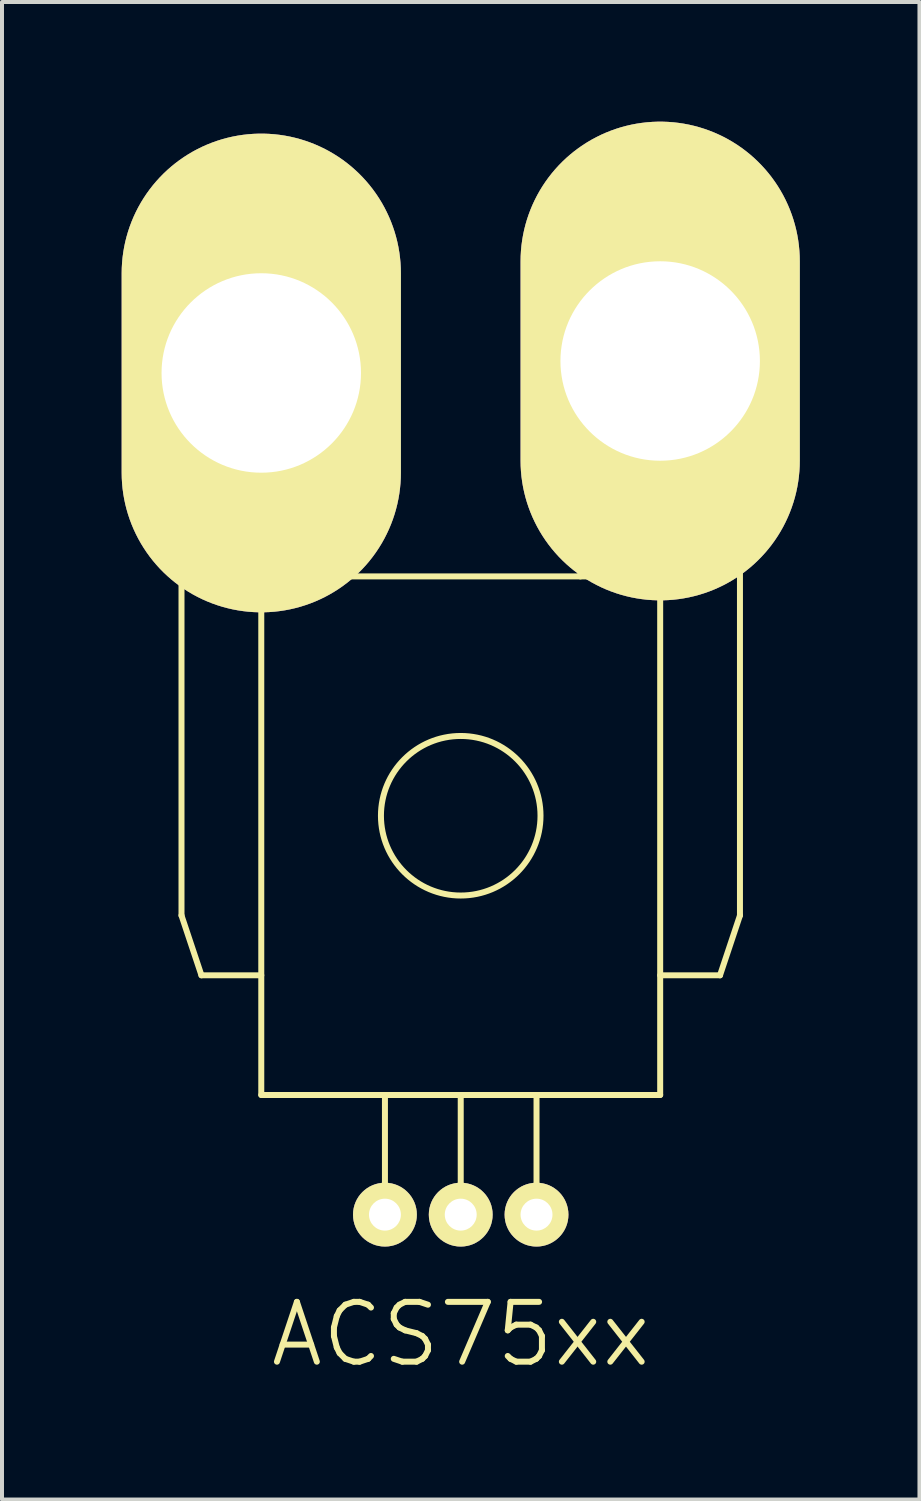
<source format=kicad_pcb>
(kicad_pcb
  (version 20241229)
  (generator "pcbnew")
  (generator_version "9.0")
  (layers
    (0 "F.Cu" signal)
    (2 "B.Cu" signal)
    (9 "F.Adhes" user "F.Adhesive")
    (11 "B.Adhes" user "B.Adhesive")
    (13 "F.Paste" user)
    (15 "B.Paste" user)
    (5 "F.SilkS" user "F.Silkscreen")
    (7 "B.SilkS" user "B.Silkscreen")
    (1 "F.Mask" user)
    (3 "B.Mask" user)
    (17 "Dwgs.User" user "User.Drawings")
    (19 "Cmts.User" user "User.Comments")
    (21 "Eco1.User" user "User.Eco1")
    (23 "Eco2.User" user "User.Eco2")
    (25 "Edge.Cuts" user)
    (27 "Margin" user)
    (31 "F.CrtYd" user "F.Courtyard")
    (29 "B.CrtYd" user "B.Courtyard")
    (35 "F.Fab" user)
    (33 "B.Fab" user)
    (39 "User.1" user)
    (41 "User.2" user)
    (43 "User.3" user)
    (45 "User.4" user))
  (footprint "ACS75xx"
    (layer "F.Cu")
    (at 8.5 17.4)
    (property "Reference" "ACS75xx" (at 0 13 0) (layer "F.SilkS") (effects (font (size 1.5 1.5) (thickness 0.15))))
    (attr through_hole)
    (fp_line (start -7 -11) (end -7 2.5) (stroke (width 0.15) (type solid)) (layer "F.SilkS"))
    (fp_line (start -7 2.5) (end -6.5 4) (stroke (width 0.15) (type solid)) (layer "F.SilkS"))
    (fp_line (start -6.5 4) (end -5 4) (stroke (width 0.15) (type solid)) (layer "F.SilkS"))
    (fp_line (start -5 -6) (end 5 -6) (stroke (width 0.15) (type solid)) (layer "F.SilkS"))
    (fp_line (start -5 7) (end -5 -6) (stroke (width 0.15) (type solid)) (layer "F.SilkS"))
    (fp_line (start -3 -11) (end -7 -11) (stroke (width 0.15) (type solid)) (layer "F.SilkS"))
    (fp_line (start -3 -6) (end -3 -11) (stroke (width 0.15) (type solid)) (layer "F.SilkS"))
    (fp_line (start -1.9 7) (end -1.9 9.2) (stroke (width 0.15) (type solid)) (layer "F.SilkS"))
    (fp_line (start 0 7) (end 0 9.2) (stroke (width 0.15) (type solid)) (layer "F.SilkS"))
    (fp_line (start 1.9 7) (end 1.9 9.2) (stroke (width 0.15) (type solid)) (layer "F.SilkS"))
    (fp_line (start 3 -11.5) (end 3 -6) (stroke (width 0.15) (type solid)) (layer "F.SilkS"))
    (fp_line (start 3 -11.5) (end 7 -11.5) (stroke (width 0.15) (type solid)) (layer "F.SilkS"))
    (fp_line (start 5 -6) (end 5 7) (stroke (width 0.15) (type solid)) (layer "F.SilkS"))
    (fp_line (start 5 4) (end 6.5 4) (stroke (width 0.15) (type solid)) (layer "F.SilkS"))
    (fp_line (start 5 7) (end -5 7) (stroke (width 0.15) (type solid)) (layer "F.SilkS"))
    (fp_line (start 7 -11.5) (end 7 2.5) (stroke (width 0.15) (type solid)) (layer "F.SilkS"))
    (fp_line (start 7 2.5) (end 6.5 4) (stroke (width 0.15) (type solid)) (layer "F.SilkS"))
    (fp_circle (center 0 0) (end 0 2) (stroke (width 0.15) (type solid)) (fill no) (layer "F.SilkS"))
    (pad "1" thru_hole circle (at -1.9 10) (size 1.6 1.6) (drill 0.8) (layers "*.Cu" "*.Mask" "F.SilkS"))
    (pad "2" thru_hole circle (at 0 10) (size 1.6 1.6) (drill 0.8) (layers "*.Cu" "*.Mask" "F.SilkS"))
    (pad "3" thru_hole circle (at 1.9 10) (size 1.6 1.6) (drill 0.8) (layers "*.Cu" "*.Mask" "F.SilkS"))
    (pad "4" thru_hole oval (at 5 -11.4) (size 7 12) (drill 5) (layers "*.Cu" "*.Mask" "F.SilkS"))
    (pad "5" thru_hole oval (at -5 -11.1) (size 7 12) (drill 5) (layers "*.Cu" "*.Mask" "F.SilkS")))
  (gr_rect
    (start -3 -3)
    (end 20 34.541)
    (stroke (width 0.1) (type default))
    (fill no)
    (layer "Edge.Cuts")))
</source>
